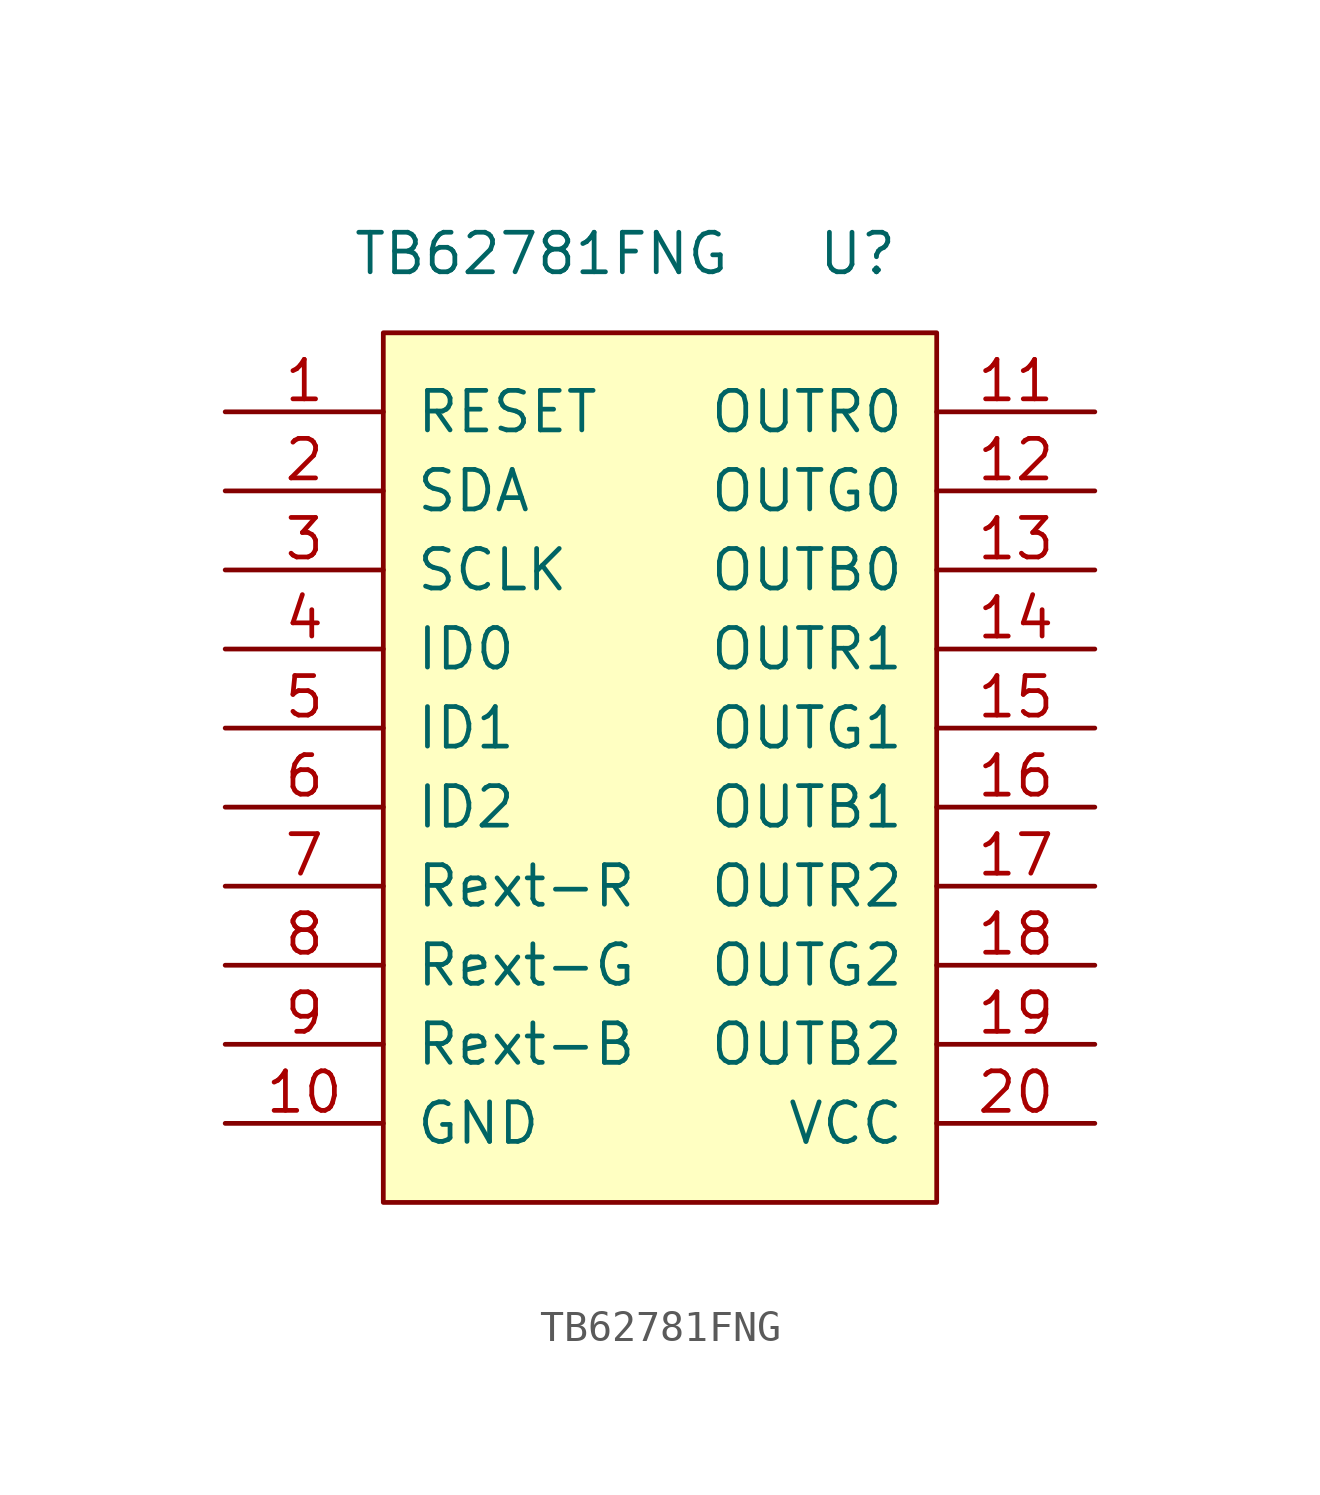
<source format=kicad_sym>
(kicad_symbol_lib
  (version 20201005)
  (generator kicad_symbol_editor)
  (symbol "TB62781FNG"
    (pin_names
      (offset 1.016))
    (property "Reference" "U"
      (at 7.62 15.24 0)
      (effects (font (size 1.27 1.27))))
    (property "Value" "TB62781FNG"
      (at -2.54 15.24 0)
      (effects (font (size 1.27 1.27))))
    (symbol "TB62781FNG_0_0"
      (pin input line (at -12.7 10.16 0) (length 5.08) (name "RESET" (effects (font (size 1.27 1.27)))) (number "1" (effects (font (size 1.27 1.27)))))
      (pin power_in line (at -12.7 -12.7 0) (length 5.08) (name "GND" (effects (font (size 1.27 1.27)))) (number "10" (effects (font (size 1.27 1.27)))))
      (pin input line (at 15.24 10.16 180) (length 5.08) (name "OUTR0" (effects (font (size 1.27 1.27)))) (number "11" (effects (font (size 1.27 1.27)))))
      (pin input line (at 15.24 7.62 180) (length 5.08) (name "OUTG0" (effects (font (size 1.27 1.27)))) (number "12" (effects (font (size 1.27 1.27)))))
      (pin input line (at 15.24 5.08 180) (length 5.08) (name "OUTB0" (effects (font (size 1.27 1.27)))) (number "13" (effects (font (size 1.27 1.27)))))
      (pin input line (at 15.24 2.54 180) (length 5.08) (name "OUTR1" (effects (font (size 1.27 1.27)))) (number "14" (effects (font (size 1.27 1.27)))))
      (pin input line (at 15.24 0 180) (length 5.08) (name "OUTG1" (effects (font (size 1.27 1.27)))) (number "15" (effects (font (size 1.27 1.27)))))
      (pin input line (at 15.24 -2.54 180) (length 5.08) (name "OUTB1" (effects (font (size 1.27 1.27)))) (number "16" (effects (font (size 1.27 1.27)))))
      (pin input line (at 15.24 -5.08 180) (length 5.08) (name "OUTR2" (effects (font (size 1.27 1.27)))) (number "17" (effects (font (size 1.27 1.27)))))
      (pin input line (at 15.24 -7.62 180) (length 5.08) (name "OUTG2" (effects (font (size 1.27 1.27)))) (number "18" (effects (font (size 1.27 1.27)))))
      (pin input line (at 15.24 -10.16 180) (length 5.08) (name "OUTB2" (effects (font (size 1.27 1.27)))) (number "19" (effects (font (size 1.27 1.27)))))
      (pin input line (at -12.7 7.62 0) (length 5.08) (name "SDA" (effects (font (size 1.27 1.27)))) (number "2" (effects (font (size 1.27 1.27)))))
      (pin power_in line (at 15.24 -12.7 180) (length 5.08) (name "VCC" (effects (font (size 1.27 1.27)))) (number "20" (effects (font (size 1.27 1.27)))))
      (pin input line (at -12.7 5.08 0) (length 5.08) (name "SCLK" (effects (font (size 1.27 1.27)))) (number "3" (effects (font (size 1.27 1.27)))))
      (pin input line (at -12.7 2.54 0) (length 5.08) (name "ID0" (effects (font (size 1.27 1.27)))) (number "4" (effects (font (size 1.27 1.27)))))
      (pin input line (at -12.7 0 0) (length 5.08) (name "ID1" (effects (font (size 1.27 1.27)))) (number "5" (effects (font (size 1.27 1.27)))))
      (pin input line (at -12.7 -2.54 0) (length 5.08) (name "ID2" (effects (font (size 1.27 1.27)))) (number "6" (effects (font (size 1.27 1.27)))))
      (pin output line (at -12.7 -5.08 0) (length 5.08) (name "Rext-R" (effects (font (size 1.27 1.27)))) (number "7" (effects (font (size 1.27 1.27)))))
      (pin output line (at -12.7 -7.62 0) (length 5.08) (name "Rext-G" (effects (font (size 1.27 1.27)))) (number "8" (effects (font (size 1.27 1.27)))))
      (pin output line (at -12.7 -10.16 0) (length 5.08) (name "Rext-B" (effects (font (size 1.27 1.27)))) (number "9" (effects (font (size 1.27 1.27))))))
    (symbol "TB62781FNG_0_1"
      (rectangle (start -7.62 12.7) (end 10.16 -15.24) (stroke (width 0)) (fill (type background))))))
</source>
